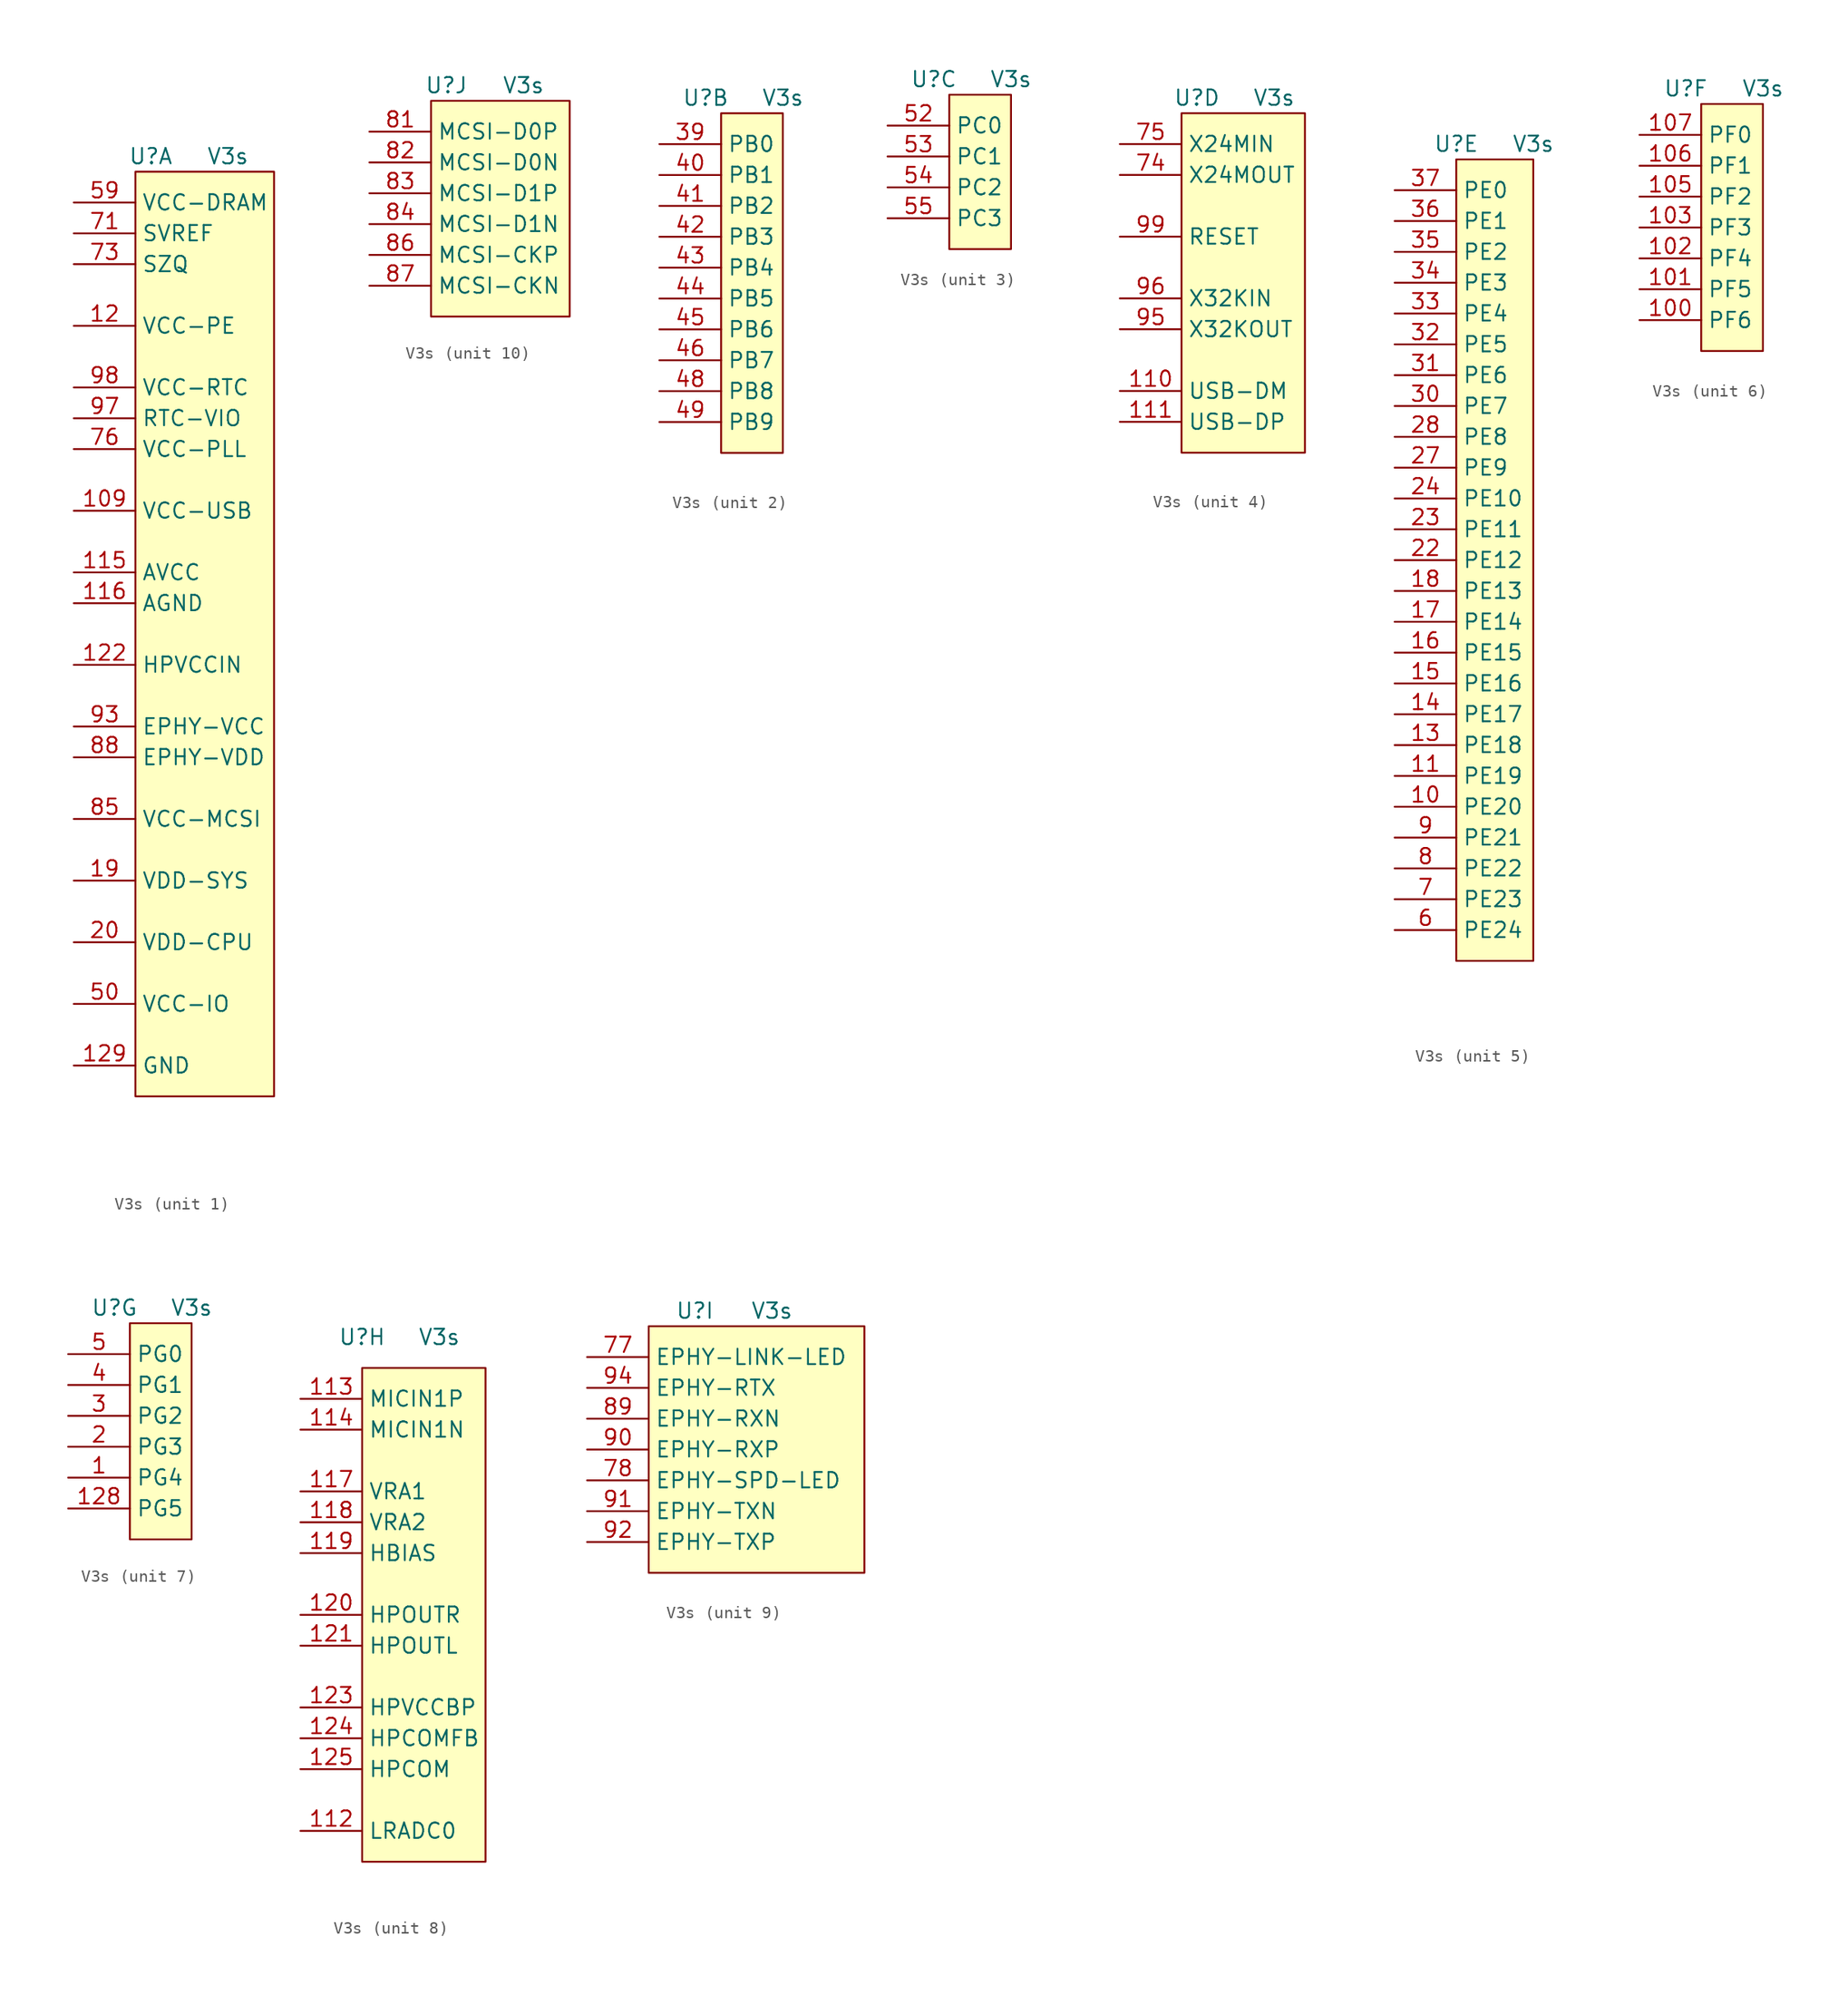
<source format=kicad_sym>
(kicad_symbol_lib
  (version 20211014)
  (generator kicad_symbol_editor)
  (symbol "V3s"
    (property "Reference" "U"
      (at -3.81 1.27 0)
      (effects (font (size 1.27 1.27))))
    (property "Value" "V3s"
      (at 2.54 1.27 0)
      (effects (font (size 1.27 1.27))))
    (property "ki_locked" ""
      (at 0 0 0)
      (effects (font (size 1.27 1.27))))
    (symbol "V3s_1_0"
      (pin passive line (at -10.16 -68.58 0) (length 5.08) hide (name "VCC-IO" (effects (font (size 1.27 1.27)))) (number "104" (effects (font (size 1.27 1.27)))))
      (pin passive line (at -10.16 -58.42 0) (length 5.08) hide (name "VDD-SYS" (effects (font (size 1.27 1.27)))) (number "108" (effects (font (size 1.27 1.27)))))
      (pin passive line (at -10.16 -27.94 0) (length 5.08) (name "VCC-USB" (effects (font (size 1.27 1.27)))) (number "109" (effects (font (size 1.27 1.27)))))
      (pin passive line (at -10.16 -33.02 0) (length 5.08) (name "AVCC" (effects (font (size 1.27 1.27)))) (number "115" (effects (font (size 1.27 1.27)))))
      (pin passive line (at -10.16 -35.56 0) (length 5.08) (name "AGND" (effects (font (size 1.27 1.27)))) (number "116" (effects (font (size 1.27 1.27)))))
      (pin passive line (at -10.16 -12.7 0) (length 5.08) (name "VCC-PE" (effects (font (size 1.27 1.27)))) (number "12" (effects (font (size 1.27 1.27)))))
      (pin passive line (at -10.16 -40.64 0) (length 5.08) (name "HPVCCIN" (effects (font (size 1.27 1.27)))) (number "122" (effects (font (size 1.27 1.27)))))
      (pin passive line (at -10.16 -58.42 0) (length 5.08) hide (name "VDD-SYS" (effects (font (size 1.27 1.27)))) (number "126" (effects (font (size 1.27 1.27)))))
      (pin passive line (at -10.16 -68.58 0) (length 5.08) hide (name "VCC-IO" (effects (font (size 1.27 1.27)))) (number "127" (effects (font (size 1.27 1.27)))))
      (pin passive line (at -10.16 -58.42 0) (length 5.08) (name "VDD-SYS" (effects (font (size 1.27 1.27)))) (number "19" (effects (font (size 1.27 1.27)))))
      (pin passive line (at -10.16 -63.5 0) (length 5.08) (name "VDD-CPU" (effects (font (size 1.27 1.27)))) (number "20" (effects (font (size 1.27 1.27)))))
      (pin passive line (at -10.16 -63.5 0) (length 5.08) hide (name "VDD-CPU" (effects (font (size 1.27 1.27)))) (number "21" (effects (font (size 1.27 1.27)))))
      (pin passive line (at -10.16 -63.5 0) (length 5.08) hide (name "VDD-CPU" (effects (font (size 1.27 1.27)))) (number "25" (effects (font (size 1.27 1.27)))))
      (pin passive line (at -10.16 -63.5 0) (length 5.08) hide (name "VDD-CPU" (effects (font (size 1.27 1.27)))) (number "26" (effects (font (size 1.27 1.27)))))
      (pin passive line (at -10.16 -12.7 0) (length 5.08) hide (name "VCC-PE" (effects (font (size 1.27 1.27)))) (number "29" (effects (font (size 1.27 1.27)))))
      (pin passive line (at -10.16 -63.5 0) (length 5.08) hide (name "VDD-CPU" (effects (font (size 1.27 1.27)))) (number "38" (effects (font (size 1.27 1.27)))))
      (pin passive line (at -10.16 -63.5 0) (length 5.08) hide (name "VDD-CPU" (effects (font (size 1.27 1.27)))) (number "47" (effects (font (size 1.27 1.27)))))
      (pin passive line (at -10.16 -68.58 0) (length 5.08) (name "VCC-IO" (effects (font (size 1.27 1.27)))) (number "50" (effects (font (size 1.27 1.27)))))
      (pin passive line (at -10.16 -63.5 0) (length 5.08) hide (name "VDD-CPU" (effects (font (size 1.27 1.27)))) (number "51" (effects (font (size 1.27 1.27)))))
      (pin passive line (at -10.16 -63.5 0) (length 5.08) hide (name "VDD-CPU" (effects (font (size 1.27 1.27)))) (number "56" (effects (font (size 1.27 1.27)))))
      (pin passive line (at -10.16 -68.58 0) (length 5.08) hide (name "VCC-IO" (effects (font (size 1.27 1.27)))) (number "57" (effects (font (size 1.27 1.27)))))
      (pin passive line (at -10.16 -58.42 0) (length 5.08) hide (name "VDD-SYS" (effects (font (size 1.27 1.27)))) (number "58" (effects (font (size 1.27 1.27)))))
      (pin passive line (at -10.16 -2.54 0) (length 5.08) (name "VCC-DRAM" (effects (font (size 1.27 1.27)))) (number "59" (effects (font (size 1.27 1.27)))))
      (pin passive line (at -10.16 -2.54 0) (length 5.08) hide (name "VCC-DRAM" (effects (font (size 1.27 1.27)))) (number "60" (effects (font (size 1.27 1.27)))))
      (pin passive line (at -10.16 -2.54 0) (length 5.08) hide (name "VCC-DRAM" (effects (font (size 1.27 1.27)))) (number "61" (effects (font (size 1.27 1.27)))))
      (pin passive line (at -10.16 -2.54 0) (length 5.08) hide (name "VCC-DRAM" (effects (font (size 1.27 1.27)))) (number "62" (effects (font (size 1.27 1.27)))))
      (pin passive line (at -10.16 -5.08 0) (length 5.08) hide (name "SVREF" (effects (font (size 1.27 1.27)))) (number "63" (effects (font (size 1.27 1.27)))))
      (pin passive line (at -10.16 -58.42 0) (length 5.08) hide (name "VDD-SYS" (effects (font (size 1.27 1.27)))) (number "64" (effects (font (size 1.27 1.27)))))
      (pin passive line (at -10.16 -2.54 0) (length 5.08) hide (name "VCC-DRAM" (effects (font (size 1.27 1.27)))) (number "65" (effects (font (size 1.27 1.27)))))
      (pin passive line (at -10.16 -2.54 0) (length 5.08) hide (name "VCC-DRAM" (effects (font (size 1.27 1.27)))) (number "66" (effects (font (size 1.27 1.27)))))
      (pin passive line (at -10.16 -2.54 0) (length 5.08) hide (name "VCC-DRAM" (effects (font (size 1.27 1.27)))) (number "67" (effects (font (size 1.27 1.27)))))
      (pin passive line (at -10.16 -2.54 0) (length 5.08) hide (name "VCC-DRAM" (effects (font (size 1.27 1.27)))) (number "68" (effects (font (size 1.27 1.27)))))
      (pin passive line (at -10.16 -2.54 0) (length 5.08) hide (name "VCC-DRAM" (effects (font (size 1.27 1.27)))) (number "69" (effects (font (size 1.27 1.27)))))
      (pin passive line (at -10.16 -2.54 0) (length 5.08) hide (name "VCC-DRAM" (effects (font (size 1.27 1.27)))) (number "70" (effects (font (size 1.27 1.27)))))
      (pin passive line (at -10.16 -5.08 0) (length 5.08) (name "SVREF" (effects (font (size 1.27 1.27)))) (number "71" (effects (font (size 1.27 1.27)))))
      (pin passive line (at -10.16 -2.54 0) (length 5.08) hide (name "VCC-DRAM" (effects (font (size 1.27 1.27)))) (number "72" (effects (font (size 1.27 1.27)))))
      (pin passive line (at -10.16 -7.62 0) (length 5.08) (name "SZQ" (effects (font (size 1.27 1.27)))) (number "73" (effects (font (size 1.27 1.27)))))
      (pin passive line (at -10.16 -22.86 0) (length 5.08) (name "VCC-PLL" (effects (font (size 1.27 1.27)))) (number "76" (effects (font (size 1.27 1.27)))))
      (pin passive line (at -10.16 -2.54 0) (length 5.08) hide (name "VCC-DRAM" (effects (font (size 1.27 1.27)))) (number "79" (effects (font (size 1.27 1.27)))))
      (pin passive line (at -10.16 -58.42 0) (length 5.08) hide (name "VDD-SYS" (effects (font (size 1.27 1.27)))) (number "80" (effects (font (size 1.27 1.27)))))
      (pin passive line (at -10.16 -53.34 0) (length 5.08) (name "VCC-MCSI" (effects (font (size 1.27 1.27)))) (number "85" (effects (font (size 1.27 1.27)))))
      (pin passive line (at -10.16 -48.26 0) (length 5.08) (name "EPHY-VDD" (effects (font (size 1.27 1.27)))) (number "88" (effects (font (size 1.27 1.27)))))
      (pin passive line (at -10.16 -45.72 0) (length 5.08) (name "EPHY-VCC" (effects (font (size 1.27 1.27)))) (number "93" (effects (font (size 1.27 1.27)))))
      (pin passive line (at -10.16 -20.32 0) (length 5.08) (name "RTC-VIO" (effects (font (size 1.27 1.27)))) (number "97" (effects (font (size 1.27 1.27)))))
      (pin passive line (at -10.16 -17.78 0) (length 5.08) (name "VCC-RTC" (effects (font (size 1.27 1.27)))) (number "98" (effects (font (size 1.27 1.27))))))
    (symbol "V3s_1_1"
      (rectangle (start -5.08 0) (end 6.35 -76.2) (stroke (width 0.152) (type default) (color 0 0 0 0)) (fill (type background)))
      (pin passive line (at -10.16 -73.66 0) (length 5.08) (name "GND" (effects (font (size 1.27 1.27)))) (number "129" (effects (font (size 1.27 1.27))))))
    (symbol "V3s_2_0"
      (pin passive line (at -7.62 -2.54 0) (length 5.08) (name "PB0" (effects (font (size 1.27 1.27)))) (number "39" (effects (font (size 1.27 1.27)))))
      (pin passive line (at -7.62 -5.08 0) (length 5.08) (name "PB1" (effects (font (size 1.27 1.27)))) (number "40" (effects (font (size 1.27 1.27)))))
      (pin passive line (at -7.62 -7.62 0) (length 5.08) (name "PB2" (effects (font (size 1.27 1.27)))) (number "41" (effects (font (size 1.27 1.27)))))
      (pin passive line (at -7.62 -10.16 0) (length 5.08) (name "PB3" (effects (font (size 1.27 1.27)))) (number "42" (effects (font (size 1.27 1.27)))))
      (pin passive line (at -7.62 -12.7 0) (length 5.08) (name "PB4" (effects (font (size 1.27 1.27)))) (number "43" (effects (font (size 1.27 1.27)))))
      (pin passive line (at -7.62 -15.24 0) (length 5.08) (name "PB5" (effects (font (size 1.27 1.27)))) (number "44" (effects (font (size 1.27 1.27)))))
      (pin passive line (at -7.62 -17.78 0) (length 5.08) (name "PB6" (effects (font (size 1.27 1.27)))) (number "45" (effects (font (size 1.27 1.27)))))
      (pin passive line (at -7.62 -20.32 0) (length 5.08) (name "PB7" (effects (font (size 1.27 1.27)))) (number "46" (effects (font (size 1.27 1.27)))))
      (pin passive line (at -7.62 -22.86 0) (length 5.08) (name "PB8" (effects (font (size 1.27 1.27)))) (number "48" (effects (font (size 1.27 1.27)))))
      (pin passive line (at -7.62 -25.4 0) (length 5.08) (name "PB9" (effects (font (size 1.27 1.27)))) (number "49" (effects (font (size 1.27 1.27))))))
    (symbol "V3s_2_1"
      (rectangle (start -2.54 0) (end 2.54 -27.94) (stroke (width 0.152) (type default) (color 0 0 0 0)) (fill (type background))))
    (symbol "V3s_3_0"
      (pin passive line (at -7.62 -2.54 0) (length 5.08) (name "PC0" (effects (font (size 1.27 1.27)))) (number "52" (effects (font (size 1.27 1.27)))))
      (pin passive line (at -7.62 -5.08 0) (length 5.08) (name "PC1" (effects (font (size 1.27 1.27)))) (number "53" (effects (font (size 1.27 1.27)))))
      (pin passive line (at -7.62 -7.62 0) (length 5.08) (name "PC2" (effects (font (size 1.27 1.27)))) (number "54" (effects (font (size 1.27 1.27)))))
      (pin passive line (at -7.62 -10.16 0) (length 5.08) (name "PC3" (effects (font (size 1.27 1.27)))) (number "55" (effects (font (size 1.27 1.27))))))
    (symbol "V3s_3_1"
      (rectangle (start -2.54 0) (end 2.54 -12.7) (stroke (width 0.152) (type default) (color 0 0 0 0)) (fill (type background))))
    (symbol "V3s_4_0"
      (pin passive line (at -10.16 -22.86 0) (length 5.08) (name "USB-DM" (effects (font (size 1.27 1.27)))) (number "110" (effects (font (size 1.27 1.27)))))
      (pin passive line (at -10.16 -25.4 0) (length 5.08) (name "USB-DP" (effects (font (size 1.27 1.27)))) (number "111" (effects (font (size 1.27 1.27)))))
      (pin passive line (at -10.16 -5.08 0) (length 5.08) (name "X24MOUT" (effects (font (size 1.27 1.27)))) (number "74" (effects (font (size 1.27 1.27)))))
      (pin passive line (at -10.16 -2.54 0) (length 5.08) (name "X24MIN" (effects (font (size 1.27 1.27)))) (number "75" (effects (font (size 1.27 1.27)))))
      (pin passive line (at -10.16 -17.78 0) (length 5.08) (name "X32KOUT" (effects (font (size 1.27 1.27)))) (number "95" (effects (font (size 1.27 1.27)))))
      (pin passive line (at -10.16 -15.24 0) (length 5.08) (name "X32KIN" (effects (font (size 1.27 1.27)))) (number "96" (effects (font (size 1.27 1.27)))))
      (pin passive line (at -10.16 -10.16 0) (length 5.08) (name "RESET" (effects (font (size 1.27 1.27)))) (number "99" (effects (font (size 1.27 1.27))))))
    (symbol "V3s_4_1"
      (rectangle (start -5.08 0) (end 5.08 -27.94) (stroke (width 0.152) (type default) (color 0 0 0 0)) (fill (type background))))
    (symbol "V3s_5_0"
      (pin passive line (at -8.89 -30.48 0) (length 5.08) (name "PE11" (effects (font (size 1.27 1.27)))) (number "23" (effects (font (size 1.27 1.27)))))
      (pin passive line (at -8.89 -27.94 0) (length 5.08) (name "PE10" (effects (font (size 1.27 1.27)))) (number "24" (effects (font (size 1.27 1.27)))))
      (pin passive line (at -8.89 -25.4 0) (length 5.08) (name "PE9" (effects (font (size 1.27 1.27)))) (number "27" (effects (font (size 1.27 1.27)))))
      (pin passive line (at -8.89 -22.86 0) (length 5.08) (name "PE8" (effects (font (size 1.27 1.27)))) (number "28" (effects (font (size 1.27 1.27)))))
      (pin passive line (at -8.89 -20.32 0) (length 5.08) (name "PE7" (effects (font (size 1.27 1.27)))) (number "30" (effects (font (size 1.27 1.27)))))
      (pin passive line (at -8.89 -17.78 0) (length 5.08) (name "PE6" (effects (font (size 1.27 1.27)))) (number "31" (effects (font (size 1.27 1.27)))))
      (pin passive line (at -8.89 -15.24 0) (length 5.08) (name "PE5" (effects (font (size 1.27 1.27)))) (number "32" (effects (font (size 1.27 1.27)))))
      (pin passive line (at -8.89 -12.7 0) (length 5.08) (name "PE4" (effects (font (size 1.27 1.27)))) (number "33" (effects (font (size 1.27 1.27)))))
      (pin passive line (at -8.89 -10.16 0) (length 5.08) (name "PE3" (effects (font (size 1.27 1.27)))) (number "34" (effects (font (size 1.27 1.27)))))
      (pin passive line (at -8.89 -7.62 0) (length 5.08) (name "PE2" (effects (font (size 1.27 1.27)))) (number "35" (effects (font (size 1.27 1.27)))))
      (pin passive line (at -8.89 -5.08 0) (length 5.08) (name "PE1" (effects (font (size 1.27 1.27)))) (number "36" (effects (font (size 1.27 1.27)))))
      (pin passive line (at -8.89 -2.54 0) (length 5.08) (name "PE0" (effects (font (size 1.27 1.27)))) (number "37" (effects (font (size 1.27 1.27))))))
    (symbol "V3s_5_1"
      (rectangle (start -3.81 0) (end 2.54 -66.04) (stroke (width 0.152) (type default) (color 0 0 0 0)) (fill (type background)))
      (pin passive line (at -8.89 -53.34 0) (length 5.08) (name "PE20" (effects (font (size 1.27 1.27)))) (number "10" (effects (font (size 1.27 1.27)))))
      (pin passive line (at -8.89 -50.8 0) (length 5.08) (name "PE19" (effects (font (size 1.27 1.27)))) (number "11" (effects (font (size 1.27 1.27)))))
      (pin passive line (at -8.89 -48.26 0) (length 5.08) (name "PE18" (effects (font (size 1.27 1.27)))) (number "13" (effects (font (size 1.27 1.27)))))
      (pin input line (at -8.89 -45.72 0) (length 5.08) (name "PE17" (effects (font (size 1.27 1.27)))) (number "14" (effects (font (size 1.27 1.27)))))
      (pin input line (at -8.89 -43.18 0) (length 5.08) (name "PE16" (effects (font (size 1.27 1.27)))) (number "15" (effects (font (size 1.27 1.27)))))
      (pin input line (at -8.89 -40.64 0) (length 5.08) (name "PE15" (effects (font (size 1.27 1.27)))) (number "16" (effects (font (size 1.27 1.27)))))
      (pin input line (at -8.89 -38.1 0) (length 5.08) (name "PE14" (effects (font (size 1.27 1.27)))) (number "17" (effects (font (size 1.27 1.27)))))
      (pin input line (at -8.89 -35.56 0) (length 5.08) (name "PE13" (effects (font (size 1.27 1.27)))) (number "18" (effects (font (size 1.27 1.27)))))
      (pin passive line (at -8.89 -33.02 0) (length 5.08) (name "PE12" (effects (font (size 1.27 1.27)))) (number "22" (effects (font (size 1.27 1.27)))))
      (pin passive line (at -8.89 -63.5 0) (length 5.08) (name "PE24" (effects (font (size 1.27 1.27)))) (number "6" (effects (font (size 1.27 1.27)))))
      (pin passive line (at -8.89 -60.96 0) (length 5.08) (name "PE23" (effects (font (size 1.27 1.27)))) (number "7" (effects (font (size 1.27 1.27)))))
      (pin passive line (at -8.89 -58.42 0) (length 5.08) (name "PE22" (effects (font (size 1.27 1.27)))) (number "8" (effects (font (size 1.27 1.27)))))
      (pin passive line (at -8.89 -55.88 0) (length 5.08) (name "PE21" (effects (font (size 1.27 1.27)))) (number "9" (effects (font (size 1.27 1.27))))))
    (symbol "V3s_6_0"
      (pin passive line (at -7.62 -17.78 0) (length 5.08) (name "PF6" (effects (font (size 1.27 1.27)))) (number "100" (effects (font (size 1.27 1.27)))))
      (pin passive line (at -7.62 -15.24 0) (length 5.08) (name "PF5" (effects (font (size 1.27 1.27)))) (number "101" (effects (font (size 1.27 1.27)))))
      (pin passive line (at -7.62 -12.7 0) (length 5.08) (name "PF4" (effects (font (size 1.27 1.27)))) (number "102" (effects (font (size 1.27 1.27)))))
      (pin passive line (at -7.62 -10.16 0) (length 5.08) (name "PF3" (effects (font (size 1.27 1.27)))) (number "103" (effects (font (size 1.27 1.27)))))
      (pin passive line (at -7.62 -7.62 0) (length 5.08) (name "PF2" (effects (font (size 1.27 1.27)))) (number "105" (effects (font (size 1.27 1.27)))))
      (pin passive line (at -7.62 -5.08 0) (length 5.08) (name "PF1" (effects (font (size 1.27 1.27)))) (number "106" (effects (font (size 1.27 1.27)))))
      (pin passive line (at -7.62 -2.54 0) (length 5.08) (name "PF0" (effects (font (size 1.27 1.27)))) (number "107" (effects (font (size 1.27 1.27))))))
    (symbol "V3s_6_1"
      (rectangle (start -2.54 0) (end 2.54 -20.32) (stroke (width 0.152) (type default) (color 0 0 0 0)) (fill (type background))))
    (symbol "V3s_7_0"
      (pin passive line (at -7.62 -12.7 0) (length 5.08) (name "PG4" (effects (font (size 1.27 1.27)))) (number "1" (effects (font (size 1.27 1.27)))))
      (pin passive line (at -7.62 -15.24 0) (length 5.08) (name "PG5" (effects (font (size 1.27 1.27)))) (number "128" (effects (font (size 1.27 1.27)))))
      (pin passive line (at -7.62 -10.16 0) (length 5.08) (name "PG3" (effects (font (size 1.27 1.27)))) (number "2" (effects (font (size 1.27 1.27)))))
      (pin passive line (at -7.62 -7.62 0) (length 5.08) (name "PG2" (effects (font (size 1.27 1.27)))) (number "3" (effects (font (size 1.27 1.27)))))
      (pin passive line (at -7.62 -5.08 0) (length 5.08) (name "PG1" (effects (font (size 1.27 1.27)))) (number "4" (effects (font (size 1.27 1.27)))))
      (pin passive line (at -7.62 -2.54 0) (length 5.08) (name "PG0" (effects (font (size 1.27 1.27)))) (number "5" (effects (font (size 1.27 1.27))))))
    (symbol "V3s_7_1"
      (rectangle (start -2.54 0) (end 2.54 -17.78) (stroke (width 0.152) (type default) (color 0 0 0 0)) (fill (type background))))
    (symbol "V3s_8_0"
      (pin passive line (at -8.89 -39.37 0) (length 5.08) (name "LRADC0" (effects (font (size 1.27 1.27)))) (number "112" (effects (font (size 1.27 1.27))))))
    (symbol "V3s_8_1"
      (rectangle (start -3.81 -1.27) (end 6.35 -41.91) (stroke (width 0.152) (type default) (color 0 0 0 0)) (fill (type background)))
      (pin passive line (at -8.89 -3.81 0) (length 5.08) (name "MICIN1P" (effects (font (size 1.27 1.27)))) (number "113" (effects (font (size 1.27 1.27)))))
      (pin passive line (at -8.89 -6.35 0) (length 5.08) (name "MICIN1N" (effects (font (size 1.27 1.27)))) (number "114" (effects (font (size 1.27 1.27)))))
      (pin passive line (at -8.89 -11.43 0) (length 5.08) (name "VRA1" (effects (font (size 1.27 1.27)))) (number "117" (effects (font (size 1.27 1.27)))))
      (pin passive line (at -8.89 -13.97 0) (length 5.08) (name "VRA2" (effects (font (size 1.27 1.27)))) (number "118" (effects (font (size 1.27 1.27)))))
      (pin passive line (at -8.89 -16.51 0) (length 5.08) (name "HBIAS" (effects (font (size 1.27 1.27)))) (number "119" (effects (font (size 1.27 1.27)))))
      (pin passive line (at -8.89 -21.59 0) (length 5.08) (name "HPOUTR" (effects (font (size 1.27 1.27)))) (number "120" (effects (font (size 1.27 1.27)))))
      (pin passive line (at -8.89 -24.13 0) (length 5.08) (name "HPOUTL" (effects (font (size 1.27 1.27)))) (number "121" (effects (font (size 1.27 1.27)))))
      (pin passive line (at -8.89 -29.21 0) (length 5.08) (name "HPVCCBP" (effects (font (size 1.27 1.27)))) (number "123" (effects (font (size 1.27 1.27)))))
      (pin passive line (at -8.89 -31.75 0) (length 5.08) (name "HPCOMFB" (effects (font (size 1.27 1.27)))) (number "124" (effects (font (size 1.27 1.27)))))
      (pin passive line (at -8.89 -34.29 0) (length 5.08) (name "HPCOM" (effects (font (size 1.27 1.27)))) (number "125" (effects (font (size 1.27 1.27))))))
    (symbol "V3s_9_0"
      (pin passive line (at -12.7 -2.54 0) (length 5.08) (name "EPHY-LINK-LED" (effects (font (size 1.27 1.27)))) (number "77" (effects (font (size 1.27 1.27)))))
      (pin passive line (at -12.7 -12.7 0) (length 5.08) (name "EPHY-SPD-LED" (effects (font (size 1.27 1.27)))) (number "78" (effects (font (size 1.27 1.27)))))
      (pin passive line (at -12.7 -7.62 0) (length 5.08) (name "EPHY-RXN" (effects (font (size 1.27 1.27)))) (number "89" (effects (font (size 1.27 1.27)))))
      (pin passive line (at -12.7 -10.16 0) (length 5.08) (name "EPHY-RXP" (effects (font (size 1.27 1.27)))) (number "90" (effects (font (size 1.27 1.27)))))
      (pin passive line (at -12.7 -15.24 0) (length 5.08) (name "EPHY-TXN" (effects (font (size 1.27 1.27)))) (number "91" (effects (font (size 1.27 1.27)))))
      (pin passive line (at -12.7 -17.78 0) (length 5.08) (name "EPHY-TXP" (effects (font (size 1.27 1.27)))) (number "92" (effects (font (size 1.27 1.27)))))
      (pin passive line (at -12.7 -5.08 0) (length 5.08) (name "EPHY-RTX" (effects (font (size 1.27 1.27)))) (number "94" (effects (font (size 1.27 1.27))))))
    (symbol "V3s_9_1"
      (rectangle (start -7.62 0) (end 10.16 -20.32) (stroke (width 0.152) (type default) (color 0 0 0 0)) (fill (type background))))
    (symbol "V3s_10_1"
      (rectangle (start -5.08 0) (end 6.35 -17.78) (stroke (width 0.152) (type default) (color 0 0 0 0)) (fill (type background)))
      (pin passive line (at -10.16 -2.54 0) (length 5.08) (name "MCSI-D0P" (effects (font (size 1.27 1.27)))) (number "81" (effects (font (size 1.27 1.27)))))
      (pin passive line (at -10.16 -5.08 0) (length 5.08) (name "MCSI-D0N" (effects (font (size 1.27 1.27)))) (number "82" (effects (font (size 1.27 1.27)))))
      (pin passive line (at -10.16 -7.62 0) (length 5.08) (name "MCSI-D1P" (effects (font (size 1.27 1.27)))) (number "83" (effects (font (size 1.27 1.27)))))
      (pin passive line (at -10.16 -10.16 0) (length 5.08) (name "MCSI-D1N" (effects (font (size 1.27 1.27)))) (number "84" (effects (font (size 1.27 1.27)))))
      (pin passive line (at -10.16 -12.7 0) (length 5.08) (name "MCSI-CKP" (effects (font (size 1.27 1.27)))) (number "86" (effects (font (size 1.27 1.27)))))
      (pin passive line (at -10.16 -15.24 0) (length 5.08) (name "MCSI-CKN" (effects (font (size 1.27 1.27)))) (number "87" (effects (font (size 1.27 1.27))))))))
</source>
